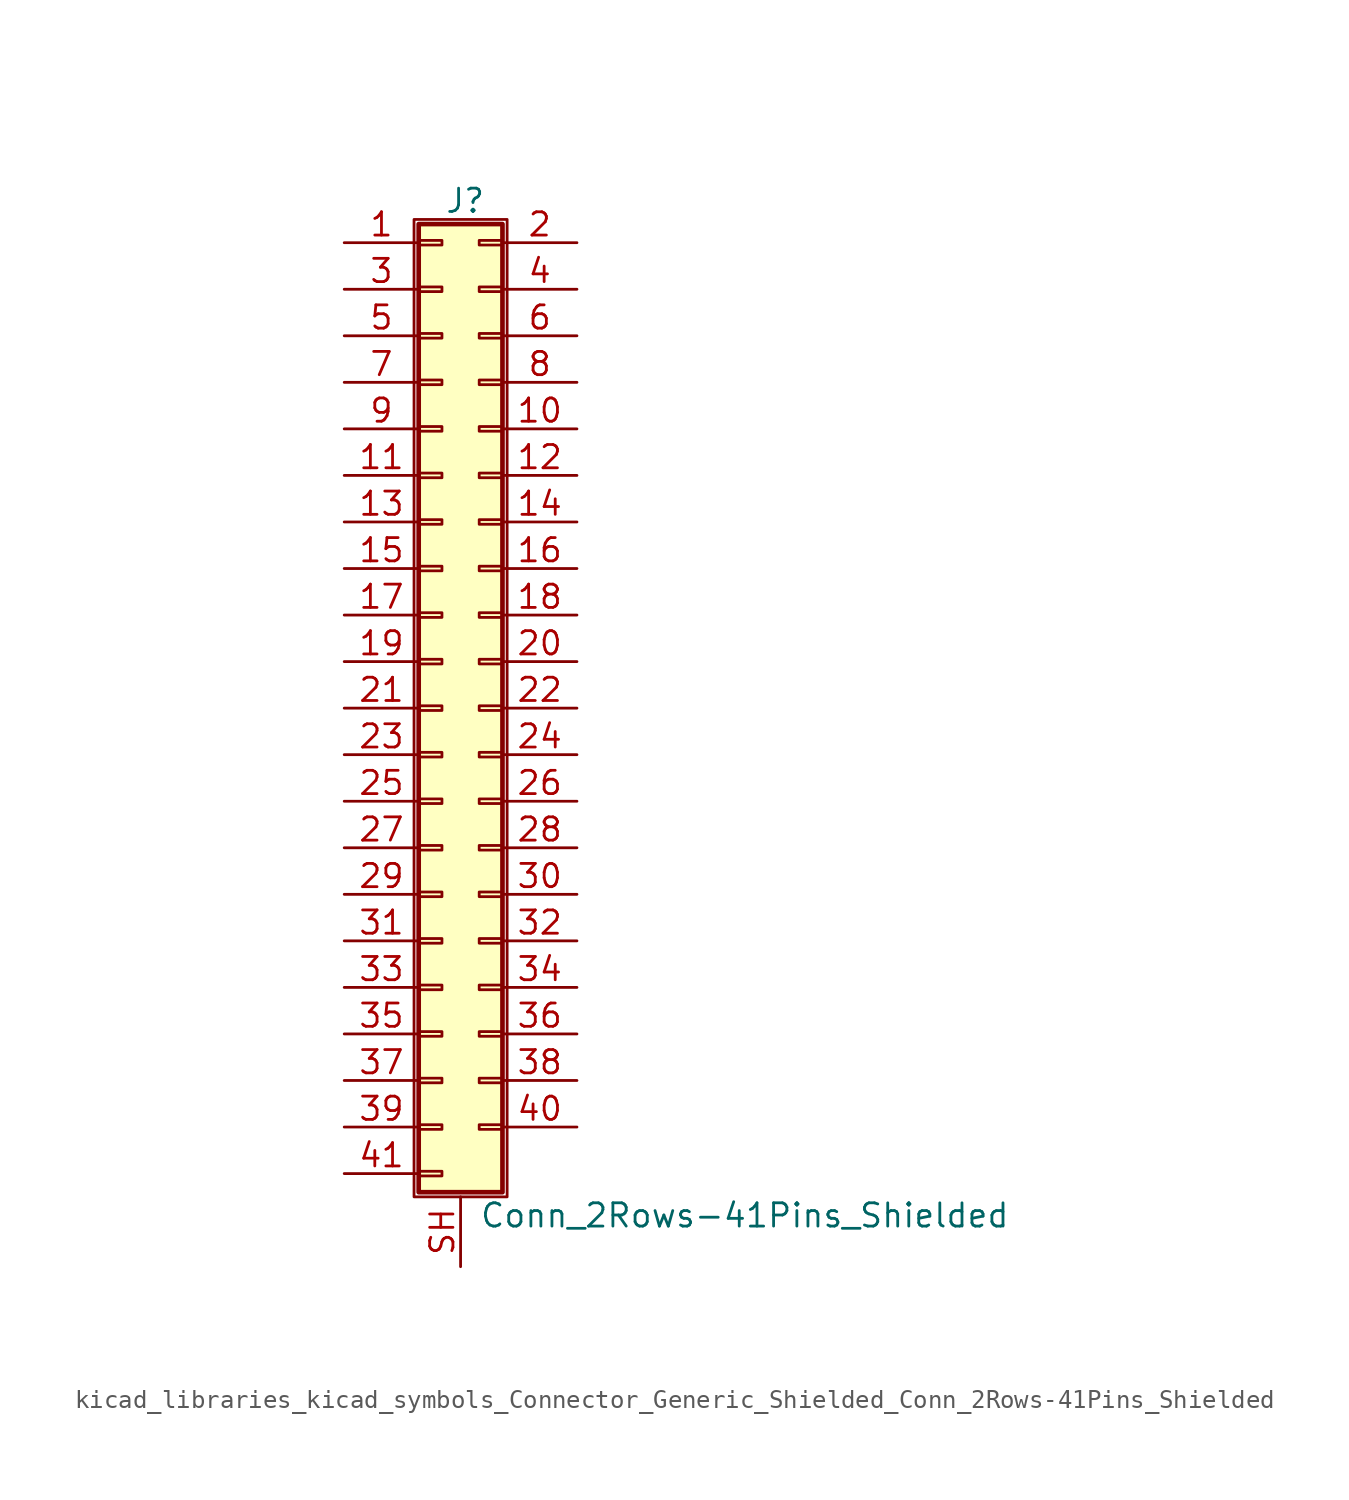
<source format=kicad_sym>
(kicad_symbol_lib
  (version 20220914)
  (generator kicad_symbol_editor)
  (symbol "kicad_libraries_kicad_symbols_Connector_Generic_Shielded_Conn_2Rows-41Pins_Shielded"
    (pin_names
      (offset 1.016) hide)
    (property "Reference" "J"
      (at 1.524 27.686 0)
      (effects (font (size 1.27 1.27))))
    (property "Value" "Conn_2Rows-41Pins_Shielded"
      (at 2.286 -27.686 0)
      (effects (font (size 1.27 1.27)) (justify left)))
    (symbol "kicad_libraries_kicad_symbols_Connector_Generic_Shielded_Conn_2Rows-41Pins_Shielded_1_1"
      (rectangle (start -1.27 26.67) (end 3.81 -26.67) (stroke (width 0.152) (type default)) (fill (type none)))
      (rectangle (start -1.016 -25.273) (end 0.254 -25.527) (stroke (width 0.152) (type default)) (fill (type none)))
      (rectangle (start -1.016 -22.733) (end 0.254 -22.987) (stroke (width 0.152) (type default)) (fill (type none)))
      (rectangle (start -1.016 -20.193) (end 0.254 -20.447) (stroke (width 0.152) (type default)) (fill (type none)))
      (rectangle (start -1.016 -17.653) (end 0.254 -17.907) (stroke (width 0.152) (type default)) (fill (type none)))
      (rectangle (start -1.016 -15.113) (end 0.254 -15.367) (stroke (width 0.152) (type default)) (fill (type none)))
      (rectangle (start -1.016 -12.573) (end 0.254 -12.827) (stroke (width 0.152) (type default)) (fill (type none)))
      (rectangle (start -1.016 -10.033) (end 0.254 -10.287) (stroke (width 0.152) (type default)) (fill (type none)))
      (rectangle (start -1.016 -7.493) (end 0.254 -7.747) (stroke (width 0.152) (type default)) (fill (type none)))
      (rectangle (start -1.016 -4.953) (end 0.254 -5.207) (stroke (width 0.152) (type default)) (fill (type none)))
      (rectangle (start -1.016 -2.413) (end 0.254 -2.667) (stroke (width 0.152) (type default)) (fill (type none)))
      (rectangle (start -1.016 0.127) (end 0.254 -0.127) (stroke (width 0.152) (type default)) (fill (type none)))
      (rectangle (start -1.016 2.667) (end 0.254 2.413) (stroke (width 0.152) (type default)) (fill (type none)))
      (rectangle (start -1.016 5.207) (end 0.254 4.953) (stroke (width 0.152) (type default)) (fill (type none)))
      (rectangle (start -1.016 7.747) (end 0.254 7.493) (stroke (width 0.152) (type default)) (fill (type none)))
      (rectangle (start -1.016 10.287) (end 0.254 10.033) (stroke (width 0.152) (type default)) (fill (type none)))
      (rectangle (start -1.016 12.827) (end 0.254 12.573) (stroke (width 0.152) (type default)) (fill (type none)))
      (rectangle (start -1.016 15.367) (end 0.254 15.113) (stroke (width 0.152) (type default)) (fill (type none)))
      (rectangle (start -1.016 17.907) (end 0.254 17.653) (stroke (width 0.152) (type default)) (fill (type none)))
      (rectangle (start -1.016 20.447) (end 0.254 20.193) (stroke (width 0.152) (type default)) (fill (type none)))
      (rectangle (start -1.016 22.987) (end 0.254 22.733) (stroke (width 0.152) (type default)) (fill (type none)))
      (rectangle (start -1.016 25.527) (end 0.254 25.273) (stroke (width 0.152) (type default)) (fill (type none)))
      (rectangle (start -1.016 26.416) (end 3.556 -26.416) (stroke (width 0.254) (type default)) (fill (type background)))
      (rectangle (start 3.556 -22.733) (end 2.286 -22.987) (stroke (width 0.152) (type default)) (fill (type none)))
      (rectangle (start 3.556 -20.193) (end 2.286 -20.447) (stroke (width 0.152) (type default)) (fill (type none)))
      (rectangle (start 3.556 -17.653) (end 2.286 -17.907) (stroke (width 0.152) (type default)) (fill (type none)))
      (rectangle (start 3.556 -15.113) (end 2.286 -15.367) (stroke (width 0.152) (type default)) (fill (type none)))
      (rectangle (start 3.556 -12.573) (end 2.286 -12.827) (stroke (width 0.152) (type default)) (fill (type none)))
      (rectangle (start 3.556 -10.033) (end 2.286 -10.287) (stroke (width 0.152) (type default)) (fill (type none)))
      (rectangle (start 3.556 -7.493) (end 2.286 -7.747) (stroke (width 0.152) (type default)) (fill (type none)))
      (rectangle (start 3.556 -4.953) (end 2.286 -5.207) (stroke (width 0.152) (type default)) (fill (type none)))
      (rectangle (start 3.556 -2.413) (end 2.286 -2.667) (stroke (width 0.152) (type default)) (fill (type none)))
      (rectangle (start 3.556 0.127) (end 2.286 -0.127) (stroke (width 0.152) (type default)) (fill (type none)))
      (rectangle (start 3.556 2.667) (end 2.286 2.413) (stroke (width 0.152) (type default)) (fill (type none)))
      (rectangle (start 3.556 5.207) (end 2.286 4.953) (stroke (width 0.152) (type default)) (fill (type none)))
      (rectangle (start 3.556 7.747) (end 2.286 7.493) (stroke (width 0.152) (type default)) (fill (type none)))
      (rectangle (start 3.556 10.287) (end 2.286 10.033) (stroke (width 0.152) (type default)) (fill (type none)))
      (rectangle (start 3.556 12.827) (end 2.286 12.573) (stroke (width 0.152) (type default)) (fill (type none)))
      (rectangle (start 3.556 15.367) (end 2.286 15.113) (stroke (width 0.152) (type default)) (fill (type none)))
      (rectangle (start 3.556 17.907) (end 2.286 17.653) (stroke (width 0.152) (type default)) (fill (type none)))
      (rectangle (start 3.556 20.447) (end 2.286 20.193) (stroke (width 0.152) (type default)) (fill (type none)))
      (rectangle (start 3.556 22.987) (end 2.286 22.733) (stroke (width 0.152) (type default)) (fill (type none)))
      (rectangle (start 3.556 25.527) (end 2.286 25.273) (stroke (width 0.152) (type default)) (fill (type none)))
      (pin passive line (at -5.08 25.4 0) (length 4.064) (name "Pin_1" (effects (font (size 1.27 1.27)))) (number "1" (effects (font (size 1.27 1.27)))))
      (pin passive line (at 7.62 15.24 180) (length 4.064) (name "Pin_10" (effects (font (size 1.27 1.27)))) (number "10" (effects (font (size 1.27 1.27)))))
      (pin passive line (at -5.08 12.7 0) (length 4.064) (name "Pin_11" (effects (font (size 1.27 1.27)))) (number "11" (effects (font (size 1.27 1.27)))))
      (pin passive line (at 7.62 12.7 180) (length 4.064) (name "Pin_12" (effects (font (size 1.27 1.27)))) (number "12" (effects (font (size 1.27 1.27)))))
      (pin passive line (at -5.08 10.16 0) (length 4.064) (name "Pin_13" (effects (font (size 1.27 1.27)))) (number "13" (effects (font (size 1.27 1.27)))))
      (pin passive line (at 7.62 10.16 180) (length 4.064) (name "Pin_14" (effects (font (size 1.27 1.27)))) (number "14" (effects (font (size 1.27 1.27)))))
      (pin passive line (at -5.08 7.62 0) (length 4.064) (name "Pin_15" (effects (font (size 1.27 1.27)))) (number "15" (effects (font (size 1.27 1.27)))))
      (pin passive line (at 7.62 7.62 180) (length 4.064) (name "Pin_16" (effects (font (size 1.27 1.27)))) (number "16" (effects (font (size 1.27 1.27)))))
      (pin passive line (at -5.08 5.08 0) (length 4.064) (name "Pin_17" (effects (font (size 1.27 1.27)))) (number "17" (effects (font (size 1.27 1.27)))))
      (pin passive line (at 7.62 5.08 180) (length 4.064) (name "Pin_18" (effects (font (size 1.27 1.27)))) (number "18" (effects (font (size 1.27 1.27)))))
      (pin passive line (at -5.08 2.54 0) (length 4.064) (name "Pin_19" (effects (font (size 1.27 1.27)))) (number "19" (effects (font (size 1.27 1.27)))))
      (pin passive line (at 7.62 25.4 180) (length 4.064) (name "Pin_2" (effects (font (size 1.27 1.27)))) (number "2" (effects (font (size 1.27 1.27)))))
      (pin passive line (at 7.62 2.54 180) (length 4.064) (name "Pin_20" (effects (font (size 1.27 1.27)))) (number "20" (effects (font (size 1.27 1.27)))))
      (pin passive line (at -5.08 0 0) (length 4.064) (name "Pin_21" (effects (font (size 1.27 1.27)))) (number "21" (effects (font (size 1.27 1.27)))))
      (pin passive line (at 7.62 0 180) (length 4.064) (name "Pin_22" (effects (font (size 1.27 1.27)))) (number "22" (effects (font (size 1.27 1.27)))))
      (pin passive line (at -5.08 -2.54 0) (length 4.064) (name "Pin_23" (effects (font (size 1.27 1.27)))) (number "23" (effects (font (size 1.27 1.27)))))
      (pin passive line (at 7.62 -2.54 180) (length 4.064) (name "Pin_24" (effects (font (size 1.27 1.27)))) (number "24" (effects (font (size 1.27 1.27)))))
      (pin passive line (at -5.08 -5.08 0) (length 4.064) (name "Pin_25" (effects (font (size 1.27 1.27)))) (number "25" (effects (font (size 1.27 1.27)))))
      (pin passive line (at 7.62 -5.08 180) (length 4.064) (name "Pin_26" (effects (font (size 1.27 1.27)))) (number "26" (effects (font (size 1.27 1.27)))))
      (pin passive line (at -5.08 -7.62 0) (length 4.064) (name "Pin_27" (effects (font (size 1.27 1.27)))) (number "27" (effects (font (size 1.27 1.27)))))
      (pin passive line (at 7.62 -7.62 180) (length 4.064) (name "Pin_28" (effects (font (size 1.27 1.27)))) (number "28" (effects (font (size 1.27 1.27)))))
      (pin passive line (at -5.08 -10.16 0) (length 4.064) (name "Pin_29" (effects (font (size 1.27 1.27)))) (number "29" (effects (font (size 1.27 1.27)))))
      (pin passive line (at -5.08 22.86 0) (length 4.064) (name "Pin_3" (effects (font (size 1.27 1.27)))) (number "3" (effects (font (size 1.27 1.27)))))
      (pin passive line (at 7.62 -10.16 180) (length 4.064) (name "Pin_30" (effects (font (size 1.27 1.27)))) (number "30" (effects (font (size 1.27 1.27)))))
      (pin passive line (at -5.08 -12.7 0) (length 4.064) (name "Pin_31" (effects (font (size 1.27 1.27)))) (number "31" (effects (font (size 1.27 1.27)))))
      (pin passive line (at 7.62 -12.7 180) (length 4.064) (name "Pin_32" (effects (font (size 1.27 1.27)))) (number "32" (effects (font (size 1.27 1.27)))))
      (pin passive line (at -5.08 -15.24 0) (length 4.064) (name "Pin_33" (effects (font (size 1.27 1.27)))) (number "33" (effects (font (size 1.27 1.27)))))
      (pin passive line (at 7.62 -15.24 180) (length 4.064) (name "Pin_34" (effects (font (size 1.27 1.27)))) (number "34" (effects (font (size 1.27 1.27)))))
      (pin passive line (at -5.08 -17.78 0) (length 4.064) (name "Pin_35" (effects (font (size 1.27 1.27)))) (number "35" (effects (font (size 1.27 1.27)))))
      (pin passive line (at 7.62 -17.78 180) (length 4.064) (name "Pin_36" (effects (font (size 1.27 1.27)))) (number "36" (effects (font (size 1.27 1.27)))))
      (pin passive line (at -5.08 -20.32 0) (length 4.064) (name "Pin_37" (effects (font (size 1.27 1.27)))) (number "37" (effects (font (size 1.27 1.27)))))
      (pin passive line (at 7.62 -20.32 180) (length 4.064) (name "Pin_38" (effects (font (size 1.27 1.27)))) (number "38" (effects (font (size 1.27 1.27)))))
      (pin passive line (at -5.08 -22.86 0) (length 4.064) (name "Pin_39" (effects (font (size 1.27 1.27)))) (number "39" (effects (font (size 1.27 1.27)))))
      (pin passive line (at 7.62 22.86 180) (length 4.064) (name "Pin_4" (effects (font (size 1.27 1.27)))) (number "4" (effects (font (size 1.27 1.27)))))
      (pin passive line (at 7.62 -22.86 180) (length 4.064) (name "Pin_40" (effects (font (size 1.27 1.27)))) (number "40" (effects (font (size 1.27 1.27)))))
      (pin passive line (at -5.08 -25.4 0) (length 4.064) (name "Pin_41" (effects (font (size 1.27 1.27)))) (number "41" (effects (font (size 1.27 1.27)))))
      (pin passive line (at -5.08 20.32 0) (length 4.064) (name "Pin_5" (effects (font (size 1.27 1.27)))) (number "5" (effects (font (size 1.27 1.27)))))
      (pin passive line (at 7.62 20.32 180) (length 4.064) (name "Pin_6" (effects (font (size 1.27 1.27)))) (number "6" (effects (font (size 1.27 1.27)))))
      (pin passive line (at -5.08 17.78 0) (length 4.064) (name "Pin_7" (effects (font (size 1.27 1.27)))) (number "7" (effects (font (size 1.27 1.27)))))
      (pin passive line (at 7.62 17.78 180) (length 4.064) (name "Pin_8" (effects (font (size 1.27 1.27)))) (number "8" (effects (font (size 1.27 1.27)))))
      (pin passive line (at -5.08 15.24 0) (length 4.064) (name "Pin_9" (effects (font (size 1.27 1.27)))) (number "9" (effects (font (size 1.27 1.27)))))
      (pin passive line (at 1.27 -30.48 90) (length 3.81) (name "Shield" (effects (font (size 1.27 1.27)))) (number "SH" (effects (font (size 1.27 1.27))))))))
</source>
